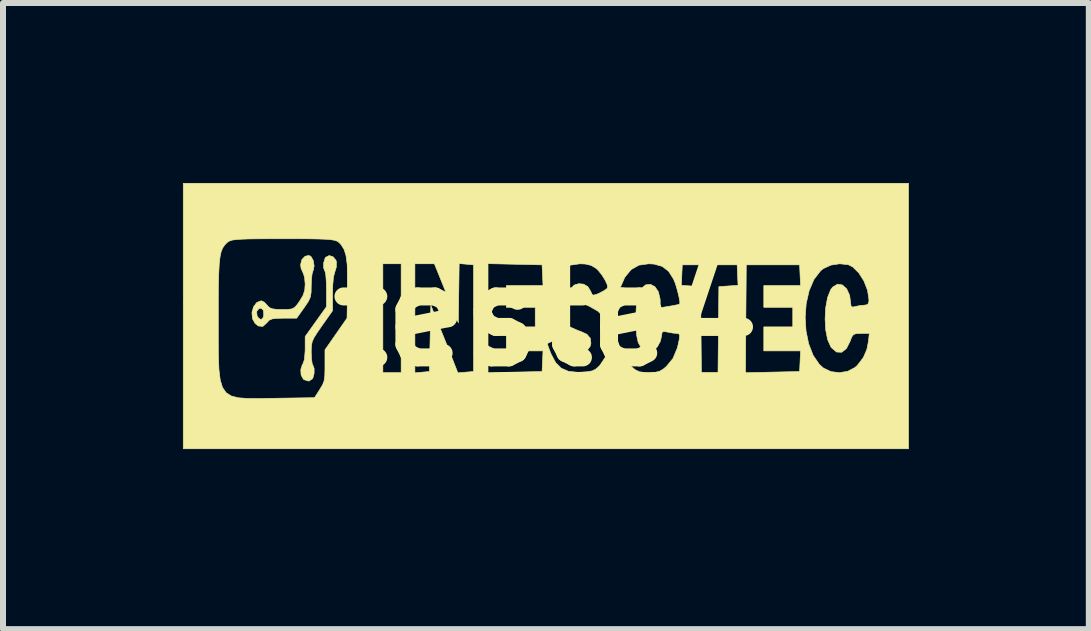
<source format=kicad_pcb>
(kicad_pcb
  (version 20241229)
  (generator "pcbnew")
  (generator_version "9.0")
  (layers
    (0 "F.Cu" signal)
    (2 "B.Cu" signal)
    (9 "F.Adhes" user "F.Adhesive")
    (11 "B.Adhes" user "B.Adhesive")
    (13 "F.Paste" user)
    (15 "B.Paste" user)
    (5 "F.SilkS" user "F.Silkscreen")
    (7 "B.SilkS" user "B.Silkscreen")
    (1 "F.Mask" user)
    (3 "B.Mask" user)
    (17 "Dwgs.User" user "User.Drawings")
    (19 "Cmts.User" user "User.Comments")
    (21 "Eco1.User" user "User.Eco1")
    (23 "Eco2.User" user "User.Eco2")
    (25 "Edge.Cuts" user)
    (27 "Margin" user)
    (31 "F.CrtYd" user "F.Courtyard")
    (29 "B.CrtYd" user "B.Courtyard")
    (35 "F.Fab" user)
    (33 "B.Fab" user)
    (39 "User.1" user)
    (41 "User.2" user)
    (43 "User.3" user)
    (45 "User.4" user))
  (footprint "teste4"
    (layer "F.Cu")
    (at 6.05 2.218)
    (property "Reference" "teste4" (at 0 0 0) (layer "F.SilkS") (effects (font (size 1.524 1.524) (thickness 0.3))))
    (attr through_hole)
    (fp_poly (pts (xy -3.548 -0.988) (xy -3.5 -0.929) (xy -3.492 -0.905) (xy -3.494 -0.814) (xy -3.516 -0.743) (xy -3.541 -0.652) (xy -3.554 -0.506) (xy -3.556 -0.372) (xy -3.556 -0.089) (xy -3.734 0.163) (xy -3.815 0.28) (xy -3.867 0.363) (xy -3.896 0.428) (xy -3.908 0.492) (xy -3.912 0.572) (xy -3.912 0.605) (xy -3.907 0.716) (xy -3.896 0.795) (xy -3.886 0.816) (xy -3.864 0.872) (xy -3.864 0.956) (xy -3.884 1.032) (xy -3.891 1.045) (xy -3.952 1.085) (xy -4.029 1.062) (xy -4.045 1.049) (xy -4.081 0.983) (xy -4.086 0.892) (xy -4.06 0.81) (xy -4.051 0.798) (xy -4.025 0.725) (xy -4.014 0.586) (xy -4.013 0.547) (xy -4.013 0.342) (xy -3.658 -0.155) (xy -3.658 -0.438) (xy -3.661 -0.575) (xy -3.669 -0.682) (xy -3.68 -0.74) (xy -3.683 -0.744) (xy -3.705 -0.8) (xy -3.705 -0.884) (xy -3.682 -0.961) (xy -3.671 -0.979) (xy -3.613 -1.008) (xy -3.548 -0.988)) (stroke (width 0.01) (type solid)) (fill yes) (layer "F.SilkS"))
    (fp_poly (pts (xy -3.916 -0.992) (xy -3.878 -0.925) (xy -3.864 -0.835) (xy -3.879 -0.758) (xy -3.884 -0.751) (xy -3.899 -0.695) (xy -3.909 -0.592) (xy -3.912 -0.508) (xy -3.914 -0.396) (xy -3.926 -0.318) (xy -3.957 -0.248) (xy -4.015 -0.161) (xy -4.033 -0.135) (xy -4.155 0.036) (xy -4.376 0.036) (xy -4.488 0.039) (xy -4.562 0.048) (xy -4.61 0.068) (xy -4.643 0.102) (xy -4.648 0.109) (xy -4.718 0.173) (xy -4.793 0.166) (xy -4.846 0.125) (xy -4.892 0.043) (xy -4.9 -0.056) (xy -4.895 -0.076) (xy -4.822 -0.076) (xy -4.815 -0.006) (xy -4.795 0.029) (xy -4.749 0.062) (xy -4.714 0.027) (xy -4.703 -0.016) (xy -4.71 -0.096) (xy -4.748 -0.132) (xy -4.784 -0.124) (xy -4.822 -0.076) (xy -4.895 -0.076) (xy -4.874 -0.152) (xy -4.821 -0.225) (xy -4.746 -0.254) (xy -4.744 -0.254) (xy -4.693 -0.23) (xy -4.648 -0.181) (xy -4.613 -0.143) (xy -4.564 -0.121) (xy -4.488 -0.111) (xy -4.399 -0.109) (xy -4.299 -0.11) (xy -4.234 -0.119) (xy -4.188 -0.144) (xy -4.146 -0.191) (xy -4.107 -0.246) (xy -4.048 -0.345) (xy -4.02 -0.431) (xy -4.013 -0.532) (xy -4.023 -0.647) (xy -4.048 -0.721) (xy -4.051 -0.726) (xy -4.082 -0.796) (xy -4.089 -0.858) (xy -4.068 -0.94) (xy -4.015 -0.996) (xy -3.951 -1.01) (xy -3.916 -0.992)) (stroke (width 0.01) (type solid)) (fill yes) (layer "F.SilkS"))
    (fp_poly (pts (xy 6.045 2.213) (xy -6.045 2.213) (xy -6.045 0.391) (xy -5.461 0.391) (xy -5.459 0.673) (xy -5.45 0.895) (xy -5.429 1.066) (xy -5.391 1.191) (xy -5.331 1.278) (xy -5.245 1.333) (xy -5.127 1.363) (xy -4.974 1.374) (xy -4.78 1.375) (xy -4.541 1.371) (xy -4.526 1.371) (xy -3.857 1.361) (xy -3.77 1.225) (xy -3.724 1.149) (xy -3.698 1.083) (xy -3.686 1.002) (xy -3.683 0.88) (xy -3.683 0.827) (xy -3.683 0.564) (xy -3.315 0.035) (xy -3.306 -0.431) (xy -3.305 -0.68) (xy -3.313 -0.868) (xy -3.314 -0.871) (xy -2.718 -0.871) (xy -2.718 0.943) (xy -2.413 0.943) (xy -2.413 -0.871) (xy -2.184 -0.871) (xy -2.184 0.947) (xy -2.064 0.936) (xy -1.943 0.925) (xy -1.93 0.374) (xy -1.918 -0.178) (xy -1.768 0.192) (xy -1.699 0.362) (xy -1.632 0.53) (xy -1.574 0.675) (xy -1.543 0.755) (xy -1.468 0.947) (xy -1.446 0.945) (xy 3.327 0.945) (xy 3.778 0.935) (xy 4.229 0.925) (xy 4.237 0.753) (xy 4.245 0.581) (xy 3.632 0.581) (xy 3.632 0.181) (xy 4.115 0.181) (xy 4.115 0.019) (xy 4.322 0.019) (xy 4.336 0.248) (xy 4.38 0.464) (xy 4.454 0.654) (xy 4.558 0.806) (xy 4.626 0.867) (xy 4.752 0.927) (xy 4.894 0.944) (xy 5.033 0.921) (xy 5.153 0.857) (xy 5.191 0.823) (xy 5.291 0.693) (xy 5.35 0.557) (xy 5.377 0.421) (xy 5.391 0.29) (xy 5.253 0.29) (xy 5.172 0.293) (xy 5.126 0.31) (xy 5.096 0.352) (xy 5.072 0.418) (xy 5.009 0.543) (xy 4.931 0.604) (xy 4.845 0.6) (xy 4.759 0.527) (xy 4.75 0.514) (xy 4.696 0.393) (xy 4.664 0.231) (xy 4.654 0.047) (xy 4.664 -0.139) (xy 4.695 -0.307) (xy 4.746 -0.437) (xy 4.779 -0.481) (xy 4.861 -0.531) (xy 4.942 -0.518) (xy 5.013 -0.454) (xy 5.063 -0.346) (xy 5.08 -0.215) (xy 5.087 -0.162) (xy 5.116 -0.149) (xy 5.159 -0.159) (xy 5.243 -0.176) (xy 5.312 -0.181) (xy 5.365 -0.192) (xy 5.383 -0.237) (xy 5.385 -0.274) (xy 5.362 -0.428) (xy 5.302 -0.583) (xy 5.216 -0.719) (xy 5.115 -0.818) (xy 5.04 -0.856) (xy 4.897 -0.871) (xy 4.752 -0.849) (xy 4.626 -0.792) (xy 4.58 -0.755) (xy 4.468 -0.61) (xy 4.388 -0.423) (xy 4.339 -0.209) (xy 4.322 0.019) (xy 4.115 0.019) (xy 4.115 -0.145) (xy 3.632 -0.145) (xy 3.632 -0.508) (xy 4.245 -0.508) (xy 4.237 -0.68) (xy 4.229 -0.853) (xy 3.34 -0.853) (xy 3.333 0.046) (xy 3.327 0.945) (xy -1.446 0.945) (xy -1.446 0.945) (xy -0.965 0.945) (xy -0.514 0.935) (xy -0.064 0.925) (xy -0.056 0.753) (xy -0.048 0.581) (xy -0.66 0.581) (xy -0.66 0.463) (xy 0.025 0.463) (xy 0.037 0.504) (xy 0.067 0.584) (xy 0.088 0.637) (xy 0.162 0.776) (xy 0.256 0.87) (xy 0.377 0.922) (xy 0.533 0.938) (xy 0.586 0.936) (xy 0.697 0.928) (xy 0.773 0.914) (xy 0.828 0.887) (xy 0.879 0.843) (xy 0.9 0.821) (xy 1 0.671) (xy 1.053 0.493) (xy 1.06 0.296) (xy 1.03 0.142) (xy 0.986 0.054) (xy 1.157 0.054) (xy 1.175 0.326) (xy 1.228 0.547) (xy 1.316 0.723) (xy 1.416 0.836) (xy 1.488 0.895) (xy 1.555 0.928) (xy 1.636 0.941) (xy 1.714 0.943) (xy 1.82 0.939) (xy 1.895 0.921) (xy 1.961 0.881) (xy 2.01 0.839) (xy 2.118 0.707) (xy 2.192 0.53) (xy 2.223 0.39) (xy 2.23 0.319) (xy 2.21 0.293) (xy 2.181 0.29) (xy 2.115 0.284) (xy 2.034 0.269) (xy 2.026 0.267) (xy 1.963 0.257) (xy 1.936 0.272) (xy 1.93 0.317) (xy 1.91 0.416) (xy 1.858 0.513) (xy 1.791 0.582) (xy 1.767 0.595) (xy 1.672 0.594) (xy 1.589 0.531) (xy 1.538 0.439) (xy 1.514 0.328) (xy 1.501 0.171) (xy 1.499 -0.005) (xy 1.508 -0.176) (xy 1.528 -0.315) (xy 1.535 -0.346) (xy 1.59 -0.46) (xy 1.664 -0.52) (xy 1.743 -0.528) (xy 1.818 -0.488) (xy 1.875 -0.404) (xy 1.904 -0.278) (xy 1.905 -0.242) (xy 1.905 -0.138) (xy 2.064 -0.164) (xy 2.147 -0.179) (xy 2.208 -0.192) (xy 2.231 -0.2) (xy 2.232 -0.244) (xy 2.216 -0.331) (xy 2.189 -0.438) (xy 2.167 -0.512) (xy 2.258 -0.512) (xy 2.418 -0.501) (xy 2.578 -0.49) (xy 2.585 0.227) (xy 2.592 0.943) (xy 2.869 0.943) (xy 2.883 -0.49) (xy 3.043 -0.501) (xy 3.203 -0.512) (xy 3.195 -0.682) (xy 3.188 -0.853) (xy 2.273 -0.853) (xy 2.258 -0.512) (xy 2.167 -0.512) (xy 2.157 -0.544) (xy 2.127 -0.617) (xy 2.045 -0.746) (xy 1.94 -0.827) (xy 1.803 -0.866) (xy 1.714 -0.871) (xy 1.55 -0.848) (xy 1.42 -0.774) (xy 1.315 -0.645) (xy 1.23 -0.452) (xy 1.229 -0.448) (xy 1.19 -0.323) (xy 1.168 -0.212) (xy 1.158 -0.085) (xy 1.157 0.054) (xy 0.986 0.054) (xy 0.967 0.018) (xy 0.864 -0.083) (xy 0.718 -0.166) (xy 0.663 -0.189) (xy 0.533 -0.248) (xy 0.45 -0.305) (xy 0.411 -0.366) (xy 0.411 -0.433) (xy 0.422 -0.463) (xy 0.471 -0.516) (xy 0.547 -0.539) (xy 0.629 -0.531) (xy 0.696 -0.492) (xy 0.707 -0.478) (xy 0.747 -0.411) (xy 0.765 -0.367) (xy 0.788 -0.348) (xy 0.845 -0.361) (xy 0.896 -0.384) (xy 0.967 -0.422) (xy 1.016 -0.456) (xy 1.027 -0.469) (xy 1.023 -0.52) (xy 0.988 -0.597) (xy 0.934 -0.684) (xy 0.871 -0.762) (xy 0.835 -0.796) (xy 0.755 -0.844) (xy 0.656 -0.867) (xy 0.568 -0.871) (xy 0.399 -0.847) (xy 0.269 -0.776) (xy 0.177 -0.657) (xy 0.123 -0.49) (xy 0.108 -0.372) (xy 0.111 -0.186) (xy 0.153 -0.043) (xy 0.236 0.069) (xy 0.313 0.129) (xy 0.417 0.189) (xy 0.531 0.24) (xy 0.578 0.256) (xy 0.683 0.304) (xy 0.741 0.372) (xy 0.75 0.459) (xy 0.737 0.506) (xy 0.688 0.572) (xy 0.613 0.603) (xy 0.527 0.602) (xy 0.442 0.574) (xy 0.373 0.52) (xy 0.334 0.445) (xy 0.33 0.408) (xy 0.313 0.371) (xy 0.273 0.375) (xy 0.209 0.394) (xy 0.129 0.417) (xy 0.121 0.419) (xy 0.06 0.439) (xy 0.027 0.459) (xy 0.025 0.463) (xy -0.66 0.463) (xy -0.66 0.181) (xy -0.178 0.181) (xy -0.178 -0.145) (xy -0.66 -0.145) (xy -0.66 -0.508) (xy -0.048 -0.508) (xy -0.056 -0.68) (xy -0.064 -0.853) (xy -0.965 -0.873) (xy -0.965 0.945) (xy -1.446 0.945) (xy -1.206 0.925) (xy -1.206 -0.853) (xy -1.326 -0.864) (xy -1.446 -0.875) (xy -1.453 -0.381) (xy -1.46 0.113) (xy -1.66 -0.379) (xy -1.859 -0.871) (xy -2.184 -0.871) (xy -2.413 -0.871) (xy -2.718 -0.871) (xy -3.314 -0.871) (xy -3.332 -1.008) (xy -3.364 -1.11) (xy -3.412 -1.187) (xy -3.445 -1.222) (xy -3.467 -1.24) (xy -3.496 -1.254) (xy -3.536 -1.265) (xy -3.593 -1.274) (xy -3.673 -1.28) (xy -3.781 -1.284) (xy -3.922 -1.287) (xy -4.101 -1.288) (xy -4.325 -1.288) (xy -4.381 -1.288) (xy -4.616 -1.288) (xy -4.805 -1.287) (xy -4.954 -1.285) (xy -5.069 -1.281) (xy -5.154 -1.275) (xy -5.216 -1.268) (xy -5.259 -1.257) (xy -5.29 -1.243) (xy -5.313 -1.226) (xy -5.318 -1.222) (xy -5.358 -1.179) (xy -5.39 -1.131) (xy -5.415 -1.067) (xy -5.433 -0.979) (xy -5.446 -0.86) (xy -5.454 -0.7) (xy -5.459 -0.492) (xy -5.461 -0.226) (xy -5.461 0.044) (xy -5.461 0.391) (xy -6.045 0.391) (xy -6.045 -2.213) (xy 6.045 -2.213) (xy 6.045 2.213)) (stroke (width 0.01) (type solid)) (fill yes) (layer "F.SilkS")))
  (gr_rect
    (start -3 -3)
    (end 15.1 7.437)
    (stroke (width 0.1) (type default))
    (fill no)
    (layer "Edge.Cuts")))
</source>
